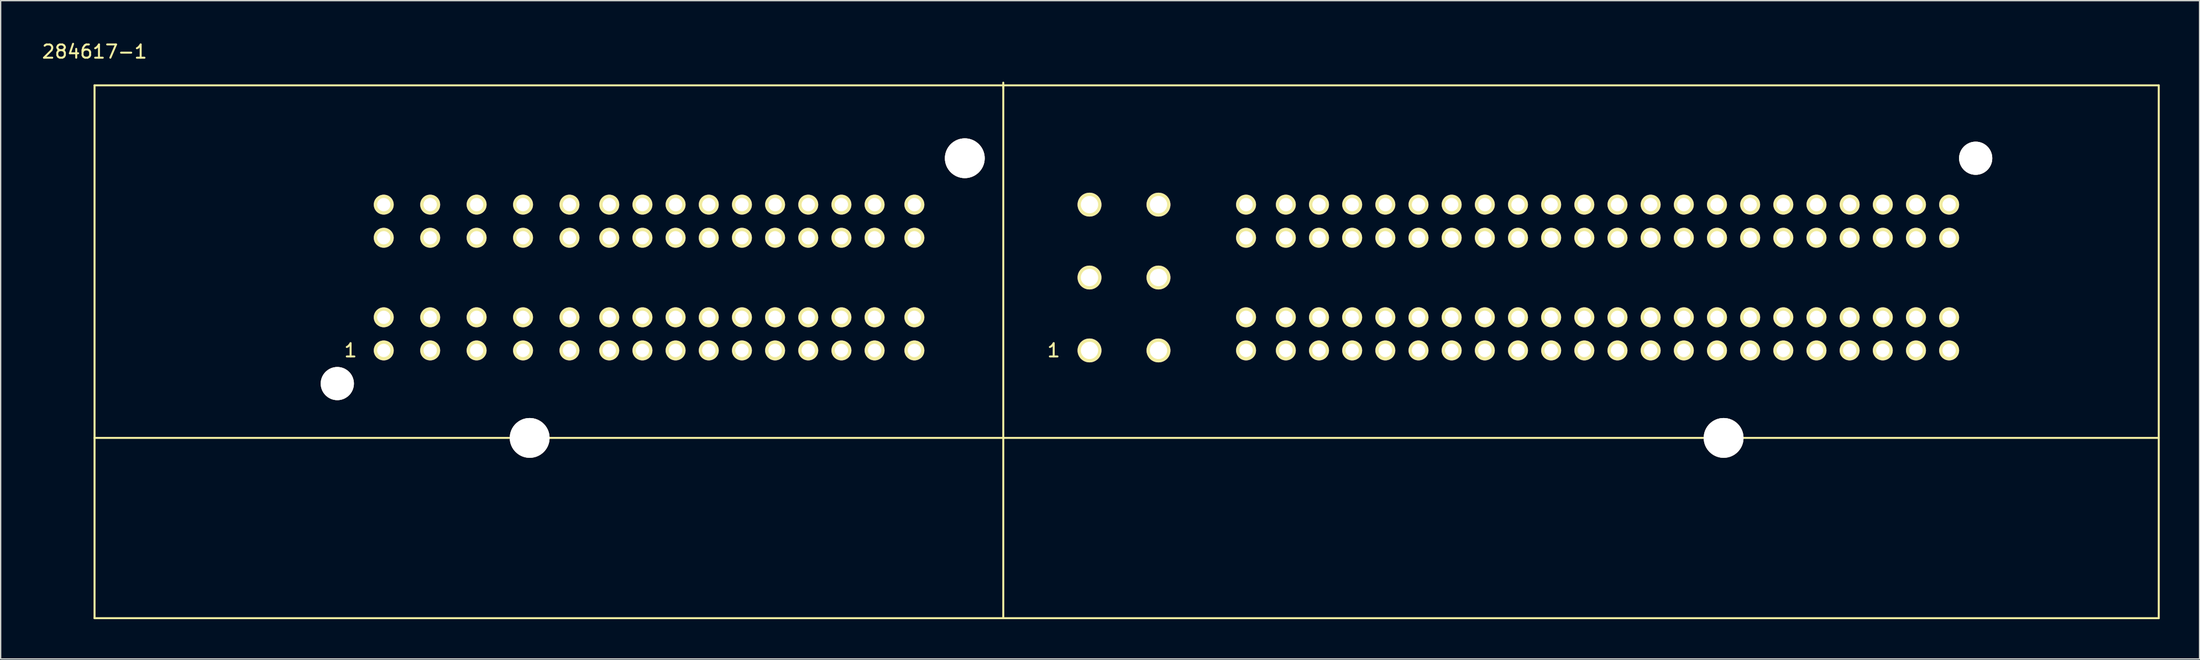
<source format=kicad_pcb>
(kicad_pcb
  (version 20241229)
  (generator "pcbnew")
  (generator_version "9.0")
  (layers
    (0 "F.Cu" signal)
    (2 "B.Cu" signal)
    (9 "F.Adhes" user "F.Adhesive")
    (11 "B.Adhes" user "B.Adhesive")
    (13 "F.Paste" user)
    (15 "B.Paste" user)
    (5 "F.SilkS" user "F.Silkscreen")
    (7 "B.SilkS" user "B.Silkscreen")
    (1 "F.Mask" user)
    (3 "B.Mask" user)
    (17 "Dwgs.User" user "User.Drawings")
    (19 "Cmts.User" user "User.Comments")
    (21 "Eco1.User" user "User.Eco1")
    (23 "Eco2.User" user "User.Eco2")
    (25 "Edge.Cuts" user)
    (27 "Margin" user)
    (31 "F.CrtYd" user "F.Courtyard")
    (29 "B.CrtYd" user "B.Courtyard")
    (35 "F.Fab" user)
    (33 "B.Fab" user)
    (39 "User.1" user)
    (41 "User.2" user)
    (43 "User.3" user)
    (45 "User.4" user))
  (footprint "284617-1"
    (layer "F.Cu")
    (at 4.077 3.388)
    (property "Reference" "284617-1" (at 0 -2.54 0) (layer "F.SilkS") (effects (font (size 1 1) (thickness 0.15))))
    (fp_line (start 0 0) (end 0 40.2) (stroke (width 0.15) (type solid)) (layer "F.SilkS"))
    (fp_line (start 0 0) (end 155.6 0) (stroke (width 0.15) (type solid)) (layer "F.SilkS"))
    (fp_line (start 0 26.6) (end 155.6 26.6) (stroke (width 0.15) (type solid)) (layer "F.SilkS"))
    (fp_line (start 0 40.2) (end 155.6 40.2) (stroke (width 0.15) (type solid)) (layer "F.SilkS"))
    (fp_line (start 68.5 -0.2) (end 68.5 0.2) (stroke (width 0.15) (type solid)) (layer "F.SilkS"))
    (fp_line (start 68.5 0) (end 68.5 40.2) (stroke (width 0.15) (type solid)) (layer "F.SilkS"))
    (fp_line (start 155.6 40.2) (end 155.6 0) (stroke (width 0.15) (type solid)) (layer "F.SilkS"))
    (fp_text user "1" (at 72.3 20 0) (layer "F.SilkS") (effects (font (size 1 1) (thickness 0.15))))
    (fp_text user "1" (at 19.3 20 0) (layer "F.SilkS") (effects (font (size 1 1) (thickness 0.15))))
    (pad "" thru_hole circle (at 18.3 22.5) (size 2.5 2.5) (drill 2.5) (layers "*.Cu" "*.Mask" "F.SilkS"))
    (pad "" thru_hole circle (at 32.8 26.6) (size 3 3) (drill 3) (layers "*.Cu" "*.Mask" "F.SilkS"))
    (pad "" thru_hole circle (at 65.6 5.5) (size 3 3) (drill 3) (layers "*.Cu" "*.Mask" "F.SilkS"))
    (pad "" thru_hole circle (at 122.8 26.6) (size 3 3) (drill 3) (layers "*.Cu" "*.Mask" "F.SilkS"))
    (pad "" thru_hole circle (at 141.8 5.5) (size 2.5 2.5) (drill 2.5) (layers "*.Cu" "*.Mask" "F.SilkS"))
    (pad "1" thru_hole circle (at 21.8 20) (size 1.5 1.5) (drill 1) (layers "*.Cu" "*.Mask" "F.SilkS"))
    (pad "2" thru_hole circle (at 25.3 20) (size 1.5 1.5) (drill 1) (layers "*.Cu" "*.Mask" "F.SilkS"))
    (pad "3" thru_hole circle (at 28.8 20) (size 1.5 1.5) (drill 1) (layers "*.Cu" "*.Mask" "F.SilkS"))
    (pad "4" thru_hole circle (at 32.3 20) (size 1.5 1.5) (drill 1) (layers "*.Cu" "*.Mask" "F.SilkS"))
    (pad "5" thru_hole circle (at 35.8 20) (size 1.5 1.5) (drill 1) (layers "*.Cu" "*.Mask" "F.SilkS"))
    (pad "6" thru_hole circle (at 38.8 20) (size 1.5 1.5) (drill 1) (layers "*.Cu" "*.Mask" "F.SilkS"))
    (pad "7" thru_hole circle (at 41.3 20) (size 1.5 1.5) (drill 1) (layers "*.Cu" "*.Mask" "F.SilkS"))
    (pad "8" thru_hole circle (at 43.8 20) (size 1.5 1.5) (drill 1) (layers "*.Cu" "*.Mask" "F.SilkS"))
    (pad "9" thru_hole circle (at 46.3 20) (size 1.5 1.5) (drill 1) (layers "*.Cu" "*.Mask" "F.SilkS"))
    (pad "10" thru_hole circle (at 48.8 20) (size 1.5 1.5) (drill 1) (layers "*.Cu" "*.Mask" "F.SilkS"))
    (pad "11" thru_hole circle (at 51.3 20) (size 1.5 1.5) (drill 1) (layers "*.Cu" "*.Mask" "F.SilkS"))
    (pad "12" thru_hole circle (at 53.8 20) (size 1.5 1.5) (drill 1) (layers "*.Cu" "*.Mask" "F.SilkS"))
    (pad "13" thru_hole circle (at 56.3 20) (size 1.5 1.5) (drill 1) (layers "*.Cu" "*.Mask" "F.SilkS"))
    (pad "14" thru_hole circle (at 58.8 20) (size 1.5 1.5) (drill 1) (layers "*.Cu" "*.Mask" "F.SilkS"))
    (pad "15" thru_hole circle (at 61.8 20) (size 1.5 1.5) (drill 1) (layers "*.Cu" "*.Mask" "F.SilkS"))
    (pad "16" thru_hole circle (at 21.8 17.5) (size 1.5 1.5) (drill 1) (layers "*.Cu" "*.Mask" "F.SilkS"))
    (pad "17" thru_hole circle (at 25.3 17.5) (size 1.5 1.5) (drill 1) (layers "*.Cu" "*.Mask" "F.SilkS"))
    (pad "18" thru_hole circle (at 28.8 17.5) (size 1.5 1.5) (drill 1) (layers "*.Cu" "*.Mask" "F.SilkS"))
    (pad "19" thru_hole circle (at 32.3 17.5) (size 1.5 1.5) (drill 1) (layers "*.Cu" "*.Mask" "F.SilkS"))
    (pad "20" thru_hole circle (at 35.8 17.5) (size 1.5 1.5) (drill 1) (layers "*.Cu" "*.Mask" "F.SilkS"))
    (pad "21" thru_hole circle (at 38.8 17.5) (size 1.5 1.5) (drill 1) (layers "*.Cu" "*.Mask" "F.SilkS"))
    (pad "22" thru_hole circle (at 41.3 17.5) (size 1.5 1.5) (drill 1) (layers "*.Cu" "*.Mask" "F.SilkS"))
    (pad "23" thru_hole circle (at 43.8 17.5) (size 1.5 1.5) (drill 1) (layers "*.Cu" "*.Mask" "F.SilkS"))
    (pad "24" thru_hole circle (at 46.3 17.5) (size 1.5 1.5) (drill 1) (layers "*.Cu" "*.Mask" "F.SilkS"))
    (pad "25" thru_hole circle (at 48.8 17.5) (size 1.5 1.5) (drill 1) (layers "*.Cu" "*.Mask" "F.SilkS"))
    (pad "26" thru_hole circle (at 51.3 17.5) (size 1.5 1.5) (drill 1) (layers "*.Cu" "*.Mask" "F.SilkS"))
    (pad "27" thru_hole circle (at 53.8 17.5) (size 1.5 1.5) (drill 1) (layers "*.Cu" "*.Mask" "F.SilkS"))
    (pad "28" thru_hole circle (at 56.3 17.5) (size 1.5 1.5) (drill 1) (layers "*.Cu" "*.Mask" "F.SilkS"))
    (pad "29" thru_hole circle (at 58.8 17.5) (size 1.5 1.5) (drill 1) (layers "*.Cu" "*.Mask" "F.SilkS"))
    (pad "30" thru_hole circle (at 61.8 17.5) (size 1.5 1.5) (drill 1) (layers "*.Cu" "*.Mask" "F.SilkS"))
    (pad "31" thru_hole circle (at 21.8 11.5) (size 1.5 1.5) (drill 1) (layers "*.Cu" "*.Mask" "F.SilkS"))
    (pad "32" thru_hole circle (at 25.3 11.5) (size 1.5 1.5) (drill 1) (layers "*.Cu" "*.Mask" "F.SilkS"))
    (pad "33" thru_hole circle (at 28.8 11.5) (size 1.5 1.5) (drill 1) (layers "*.Cu" "*.Mask" "F.SilkS"))
    (pad "34" thru_hole circle (at 32.3 11.5) (size 1.5 1.5) (drill 1) (layers "*.Cu" "*.Mask" "F.SilkS"))
    (pad "35" thru_hole circle (at 35.8 11.5) (size 1.5 1.5) (drill 1) (layers "*.Cu" "*.Mask" "F.SilkS"))
    (pad "36" thru_hole circle (at 38.8 11.5) (size 1.5 1.5) (drill 1) (layers "*.Cu" "*.Mask" "F.SilkS"))
    (pad "37" thru_hole circle (at 41.3 11.5) (size 1.5 1.5) (drill 1) (layers "*.Cu" "*.Mask" "F.SilkS"))
    (pad "38" thru_hole circle (at 43.8 11.5) (size 1.5 1.5) (drill 1) (layers "*.Cu" "*.Mask" "F.SilkS"))
    (pad "39" thru_hole circle (at 46.3 11.5) (size 1.5 1.5) (drill 1) (layers "*.Cu" "*.Mask" "F.SilkS"))
    (pad "40" thru_hole circle (at 48.8 11.5) (size 1.5 1.5) (drill 1) (layers "*.Cu" "*.Mask" "F.SilkS"))
    (pad "41" thru_hole circle (at 51.3 11.5) (size 1.5 1.5) (drill 1) (layers "*.Cu" "*.Mask" "F.SilkS"))
    (pad "42" thru_hole circle (at 53.8 11.5) (size 1.5 1.5) (drill 1) (layers "*.Cu" "*.Mask" "F.SilkS"))
    (pad "43" thru_hole circle (at 56.3 11.5) (size 1.5 1.5) (drill 1) (layers "*.Cu" "*.Mask" "F.SilkS"))
    (pad "44" thru_hole circle (at 58.8 11.5) (size 1.5 1.5) (drill 1) (layers "*.Cu" "*.Mask" "F.SilkS"))
    (pad "45" thru_hole circle (at 61.8 11.5) (size 1.5 1.5) (drill 1) (layers "*.Cu" "*.Mask" "F.SilkS"))
    (pad "46" thru_hole circle (at 21.8 9) (size 1.5 1.5) (drill 1) (layers "*.Cu" "*.Mask" "F.SilkS"))
    (pad "47" thru_hole circle (at 25.3 9) (size 1.5 1.5) (drill 1) (layers "*.Cu" "*.Mask" "F.SilkS"))
    (pad "48" thru_hole circle (at 28.8 9) (size 1.5 1.5) (drill 1) (layers "*.Cu" "*.Mask" "F.SilkS"))
    (pad "49" thru_hole circle (at 32.3 9) (size 1.5 1.5) (drill 1) (layers "*.Cu" "*.Mask" "F.SilkS"))
    (pad "50" thru_hole circle (at 35.8 9) (size 1.5 1.5) (drill 1) (layers "*.Cu" "*.Mask" "F.SilkS"))
    (pad "51" thru_hole circle (at 38.8 9) (size 1.5 1.5) (drill 1) (layers "*.Cu" "*.Mask" "F.SilkS"))
    (pad "52" thru_hole circle (at 41.3 9) (size 1.5 1.5) (drill 1) (layers "*.Cu" "*.Mask" "F.SilkS"))
    (pad "53" thru_hole circle (at 43.8 9) (size 1.5 1.5) (drill 1) (layers "*.Cu" "*.Mask" "F.SilkS"))
    (pad "54" thru_hole circle (at 46.3 9) (size 1.5 1.5) (drill 1) (layers "*.Cu" "*.Mask" "F.SilkS"))
    (pad "55" thru_hole circle (at 48.8 9) (size 1.5 1.5) (drill 1) (layers "*.Cu" "*.Mask" "F.SilkS"))
    (pad "56" thru_hole circle (at 51.3 9) (size 1.5 1.5) (drill 1) (layers "*.Cu" "*.Mask" "F.SilkS"))
    (pad "57" thru_hole circle (at 53.8 9) (size 1.5 1.5) (drill 1) (layers "*.Cu" "*.Mask" "F.SilkS"))
    (pad "58" thru_hole circle (at 56.3 9) (size 1.5 1.5) (drill 1) (layers "*.Cu" "*.Mask" "F.SilkS"))
    (pad "59" thru_hole circle (at 58.8 9) (size 1.5 1.5) (drill 1) (layers "*.Cu" "*.Mask" "F.SilkS"))
    (pad "60" thru_hole circle (at 61.8 9) (size 1.5 1.5) (drill 1) (layers "*.Cu" "*.Mask" "F.SilkS"))
    (pad "61" thru_hole circle (at 75 20) (size 1.8 1.8) (drill 1.3) (layers "*.Cu" "*.Mask" "F.SilkS"))
    (pad "62" thru_hole circle (at 80.2 20) (size 1.8 1.8) (drill 1.3) (layers "*.Cu" "*.Mask" "F.SilkS"))
    (pad "63" thru_hole circle (at 75 14.5) (size 1.8 1.8) (drill 1.3) (layers "*.Cu" "*.Mask" "F.SilkS"))
    (pad "64" thru_hole circle (at 80.2 14.5) (size 1.8 1.8) (drill 1.3) (layers "*.Cu" "*.Mask" "F.SilkS"))
    (pad "65" thru_hole circle (at 75 9) (size 1.8 1.8) (drill 1.3) (layers "*.Cu" "*.Mask" "F.SilkS"))
    (pad "66" thru_hole circle (at 80.2 9) (size 1.8 1.8) (drill 1.3) (layers "*.Cu" "*.Mask" "F.SilkS"))
    (pad "67" thru_hole circle (at 86.8 20) (size 1.5 1.5) (drill 1) (layers "*.Cu" "*.Mask" "F.SilkS"))
    (pad "68" thru_hole circle (at 89.8 20) (size 1.5 1.5) (drill 1) (layers "*.Cu" "*.Mask" "F.SilkS"))
    (pad "69" thru_hole circle (at 92.3 20) (size 1.5 1.5) (drill 1) (layers "*.Cu" "*.Mask" "F.SilkS"))
    (pad "70" thru_hole circle (at 94.8 20) (size 1.5 1.5) (drill 1) (layers "*.Cu" "*.Mask" "F.SilkS"))
    (pad "71" thru_hole circle (at 97.3 20) (size 1.5 1.5) (drill 1) (layers "*.Cu" "*.Mask" "F.SilkS"))
    (pad "72" thru_hole circle (at 99.8 20) (size 1.5 1.5) (drill 1) (layers "*.Cu" "*.Mask" "F.SilkS"))
    (pad "73" thru_hole circle (at 102.3 20) (size 1.5 1.5) (drill 1) (layers "*.Cu" "*.Mask" "F.SilkS"))
    (pad "74" thru_hole circle (at 104.8 20) (size 1.5 1.5) (drill 1) (layers "*.Cu" "*.Mask" "F.SilkS"))
    (pad "75" thru_hole circle (at 107.3 20) (size 1.5 1.5) (drill 1) (layers "*.Cu" "*.Mask" "F.SilkS"))
    (pad "76" thru_hole circle (at 109.8 20) (size 1.5 1.5) (drill 1) (layers "*.Cu" "*.Mask" "F.SilkS"))
    (pad "77" thru_hole circle (at 112.3 20) (size 1.5 1.5) (drill 1) (layers "*.Cu" "*.Mask" "F.SilkS"))
    (pad "78" thru_hole circle (at 114.8 20) (size 1.5 1.5) (drill 1) (layers "*.Cu" "*.Mask" "F.SilkS"))
    (pad "79" thru_hole circle (at 117.3 20) (size 1.5 1.5) (drill 1) (layers "*.Cu" "*.Mask" "F.SilkS"))
    (pad "80" thru_hole circle (at 119.8 20) (size 1.5 1.5) (drill 1) (layers "*.Cu" "*.Mask" "F.SilkS"))
    (pad "81" thru_hole circle (at 122.3 20) (size 1.5 1.5) (drill 1) (layers "*.Cu" "*.Mask" "F.SilkS"))
    (pad "82" thru_hole circle (at 124.8 20) (size 1.5 1.5) (drill 1) (layers "*.Cu" "*.Mask" "F.SilkS"))
    (pad "83" thru_hole circle (at 127.3 20) (size 1.5 1.5) (drill 1) (layers "*.Cu" "*.Mask" "F.SilkS"))
    (pad "84" thru_hole circle (at 129.8 20) (size 1.5 1.5) (drill 1) (layers "*.Cu" "*.Mask" "F.SilkS"))
    (pad "85" thru_hole circle (at 132.3 20) (size 1.5 1.5) (drill 1) (layers "*.Cu" "*.Mask" "F.SilkS"))
    (pad "86" thru_hole circle (at 134.8 20) (size 1.5 1.5) (drill 1) (layers "*.Cu" "*.Mask" "F.SilkS"))
    (pad "87" thru_hole circle (at 137.3 20) (size 1.5 1.5) (drill 1) (layers "*.Cu" "*.Mask" "F.SilkS"))
    (pad "88" thru_hole circle (at 139.8 20) (size 1.5 1.5) (drill 1) (layers "*.Cu" "*.Mask" "F.SilkS"))
    (pad "89" thru_hole circle (at 86.8 17.5) (size 1.5 1.5) (drill 1) (layers "*.Cu" "*.Mask" "F.SilkS"))
    (pad "90" thru_hole circle (at 89.8 17.5) (size 1.5 1.5) (drill 1) (layers "*.Cu" "*.Mask" "F.SilkS"))
    (pad "91" thru_hole circle (at 92.3 17.5) (size 1.5 1.5) (drill 1) (layers "*.Cu" "*.Mask" "F.SilkS"))
    (pad "92" thru_hole circle (at 94.8 17.5) (size 1.5 1.5) (drill 1) (layers "*.Cu" "*.Mask" "F.SilkS"))
    (pad "93" thru_hole circle (at 97.3 17.5) (size 1.5 1.5) (drill 1) (layers "*.Cu" "*.Mask" "F.SilkS"))
    (pad "94" thru_hole circle (at 99.8 17.5) (size 1.5 1.5) (drill 1) (layers "*.Cu" "*.Mask" "F.SilkS"))
    (pad "95" thru_hole circle (at 102.3 17.5) (size 1.5 1.5) (drill 1) (layers "*.Cu" "*.Mask" "F.SilkS"))
    (pad "96" thru_hole circle (at 104.8 17.5) (size 1.5 1.5) (drill 1) (layers "*.Cu" "*.Mask" "F.SilkS"))
    (pad "97" thru_hole circle (at 107.3 17.5) (size 1.5 1.5) (drill 1) (layers "*.Cu" "*.Mask" "F.SilkS"))
    (pad "98" thru_hole circle (at 109.8 17.5) (size 1.5 1.5) (drill 1) (layers "*.Cu" "*.Mask" "F.SilkS"))
    (pad "99" thru_hole circle (at 112.3 17.5) (size 1.5 1.5) (drill 1) (layers "*.Cu" "*.Mask" "F.SilkS"))
    (pad "100" thru_hole circle (at 114.8 17.5) (size 1.5 1.5) (drill 1) (layers "*.Cu" "*.Mask" "F.SilkS"))
    (pad "101" thru_hole circle (at 117.3 17.5) (size 1.5 1.5) (drill 1) (layers "*.Cu" "*.Mask" "F.SilkS"))
    (pad "102" thru_hole circle (at 119.8 17.5) (size 1.5 1.5) (drill 1) (layers "*.Cu" "*.Mask" "F.SilkS"))
    (pad "103" thru_hole circle (at 122.3 17.5) (size 1.5 1.5) (drill 1) (layers "*.Cu" "*.Mask" "F.SilkS"))
    (pad "104" thru_hole circle (at 124.8 17.5) (size 1.5 1.5) (drill 1) (layers "*.Cu" "*.Mask" "F.SilkS"))
    (pad "105" thru_hole circle (at 127.3 17.5) (size 1.5 1.5) (drill 1) (layers "*.Cu" "*.Mask" "F.SilkS"))
    (pad "106" thru_hole circle (at 129.8 17.5) (size 1.5 1.5) (drill 1) (layers "*.Cu" "*.Mask" "F.SilkS"))
    (pad "107" thru_hole circle (at 132.3 17.5) (size 1.5 1.5) (drill 1) (layers "*.Cu" "*.Mask" "F.SilkS"))
    (pad "108" thru_hole circle (at 134.8 17.5) (size 1.5 1.5) (drill 1) (layers "*.Cu" "*.Mask" "F.SilkS"))
    (pad "109" thru_hole circle (at 137.3 17.5) (size 1.5 1.5) (drill 1) (layers "*.Cu" "*.Mask" "F.SilkS"))
    (pad "110" thru_hole circle (at 139.8 17.5) (size 1.5 1.5) (drill 1) (layers "*.Cu" "*.Mask" "F.SilkS"))
    (pad "111" thru_hole circle (at 86.8 11.5) (size 1.5 1.5) (drill 1) (layers "*.Cu" "*.Mask" "F.SilkS"))
    (pad "112" thru_hole circle (at 89.8 11.5) (size 1.5 1.5) (drill 1) (layers "*.Cu" "*.Mask" "F.SilkS"))
    (pad "113" thru_hole circle (at 92.3 11.5) (size 1.5 1.5) (drill 1) (layers "*.Cu" "*.Mask" "F.SilkS"))
    (pad "114" thru_hole circle (at 94.8 11.5) (size 1.5 1.5) (drill 1) (layers "*.Cu" "*.Mask" "F.SilkS"))
    (pad "115" thru_hole circle (at 97.3 11.5) (size 1.5 1.5) (drill 1) (layers "*.Cu" "*.Mask" "F.SilkS"))
    (pad "116" thru_hole circle (at 99.8 11.5) (size 1.5 1.5) (drill 1) (layers "*.Cu" "*.Mask" "F.SilkS"))
    (pad "117" thru_hole circle (at 102.3 11.5) (size 1.5 1.5) (drill 1) (layers "*.Cu" "*.Mask" "F.SilkS"))
    (pad "118" thru_hole circle (at 104.8 11.5) (size 1.5 1.5) (drill 1) (layers "*.Cu" "*.Mask" "F.SilkS"))
    (pad "119" thru_hole circle (at 107.3 11.5) (size 1.5 1.5) (drill 1) (layers "*.Cu" "*.Mask" "F.SilkS"))
    (pad "120" thru_hole circle (at 109.8 11.5) (size 1.5 1.5) (drill 1) (layers "*.Cu" "*.Mask" "F.SilkS"))
    (pad "121" thru_hole circle (at 112.3 11.5) (size 1.5 1.5) (drill 1) (layers "*.Cu" "*.Mask" "F.SilkS"))
    (pad "122" thru_hole circle (at 114.8 11.5) (size 1.5 1.5) (drill 1) (layers "*.Cu" "*.Mask" "F.SilkS"))
    (pad "123" thru_hole circle (at 117.3 11.5) (size 1.5 1.5) (drill 1) (layers "*.Cu" "*.Mask" "F.SilkS"))
    (pad "124" thru_hole circle (at 119.8 11.5) (size 1.5 1.5) (drill 1) (layers "*.Cu" "*.Mask" "F.SilkS"))
    (pad "125" thru_hole circle (at 122.3 11.5) (size 1.5 1.5) (drill 1) (layers "*.Cu" "*.Mask" "F.SilkS"))
    (pad "126" thru_hole circle (at 124.8 11.5) (size 1.5 1.5) (drill 1) (layers "*.Cu" "*.Mask" "F.SilkS"))
    (pad "127" thru_hole circle (at 127.3 11.5) (size 1.5 1.5) (drill 1) (layers "*.Cu" "*.Mask" "F.SilkS"))
    (pad "128" thru_hole circle (at 129.8 11.5) (size 1.5 1.5) (drill 1) (layers "*.Cu" "*.Mask" "F.SilkS"))
    (pad "129" thru_hole circle (at 132.3 11.5) (size 1.5 1.5) (drill 1) (layers "*.Cu" "*.Mask" "F.SilkS"))
    (pad "130" thru_hole circle (at 134.8 11.5) (size 1.5 1.5) (drill 1) (layers "*.Cu" "*.Mask" "F.SilkS"))
    (pad "131" thru_hole circle (at 137.3 11.5) (size 1.5 1.5) (drill 1) (layers "*.Cu" "*.Mask" "F.SilkS"))
    (pad "132" thru_hole circle (at 139.8 11.5) (size 1.5 1.5) (drill 1) (layers "*.Cu" "*.Mask" "F.SilkS"))
    (pad "133" thru_hole circle (at 86.8 9) (size 1.5 1.5) (drill 1) (layers "*.Cu" "*.Mask" "F.SilkS"))
    (pad "134" thru_hole circle (at 89.8 9) (size 1.5 1.5) (drill 1) (layers "*.Cu" "*.Mask" "F.SilkS"))
    (pad "135" thru_hole circle (at 92.3 9) (size 1.5 1.5) (drill 1) (layers "*.Cu" "*.Mask" "F.SilkS"))
    (pad "136" thru_hole circle (at 94.8 9) (size 1.5 1.5) (drill 1) (layers "*.Cu" "*.Mask" "F.SilkS"))
    (pad "137" thru_hole circle (at 97.3 9) (size 1.5 1.5) (drill 1) (layers "*.Cu" "*.Mask" "F.SilkS"))
    (pad "138" thru_hole circle (at 99.8 9) (size 1.5 1.5) (drill 1) (layers "*.Cu" "*.Mask" "F.SilkS"))
    (pad "139" thru_hole circle (at 102.3 9) (size 1.5 1.5) (drill 1) (layers "*.Cu" "*.Mask" "F.SilkS"))
    (pad "140" thru_hole circle (at 104.8 9) (size 1.5 1.5) (drill 1) (layers "*.Cu" "*.Mask" "F.SilkS"))
    (pad "141" thru_hole circle (at 107.3 9) (size 1.5 1.5) (drill 1) (layers "*.Cu" "*.Mask" "F.SilkS"))
    (pad "142" thru_hole circle (at 109.8 9) (size 1.5 1.5) (drill 1) (layers "*.Cu" "*.Mask" "F.SilkS"))
    (pad "143" thru_hole circle (at 112.3 9) (size 1.5 1.5) (drill 1) (layers "*.Cu" "*.Mask" "F.SilkS"))
    (pad "144" thru_hole circle (at 114.8 9) (size 1.5 1.5) (drill 1) (layers "*.Cu" "*.Mask" "F.SilkS"))
    (pad "145" thru_hole circle (at 117.3 9) (size 1.5 1.5) (drill 1) (layers "*.Cu" "*.Mask" "F.SilkS"))
    (pad "146" thru_hole circle (at 119.8 9) (size 1.5 1.5) (drill 1) (layers "*.Cu" "*.Mask" "F.SilkS"))
    (pad "147" thru_hole circle (at 122.3 9) (size 1.5 1.5) (drill 1) (layers "*.Cu" "*.Mask" "F.SilkS"))
    (pad "148" thru_hole circle (at 124.8 9) (size 1.5 1.5) (drill 1) (layers "*.Cu" "*.Mask" "F.SilkS"))
    (pad "149" thru_hole circle (at 127.3 9) (size 1.5 1.5) (drill 1) (layers "*.Cu" "*.Mask" "F.SilkS"))
    (pad "150" thru_hole circle (at 129.8 9) (size 1.5 1.5) (drill 1) (layers "*.Cu" "*.Mask" "F.SilkS"))
    (pad "151" thru_hole circle (at 132.3 9) (size 1.5 1.5) (drill 1) (layers "*.Cu" "*.Mask" "F.SilkS"))
    (pad "152" thru_hole circle (at 134.8 9) (size 1.5 1.5) (drill 1) (layers "*.Cu" "*.Mask" "F.SilkS"))
    (pad "153" thru_hole circle (at 137.3 9) (size 1.5 1.5) (drill 1) (layers "*.Cu" "*.Mask" "F.SilkS"))
    (pad "154" thru_hole circle (at 139.8 9) (size 1.5 1.5) (drill 1) (layers "*.Cu" "*.Mask" "F.SilkS")))
  (gr_rect
    (start -3 -3)
    (end 162.752 46.663)
    (stroke (width 0.1) (type default))
    (fill no)
    (layer "Edge.Cuts")))
</source>
